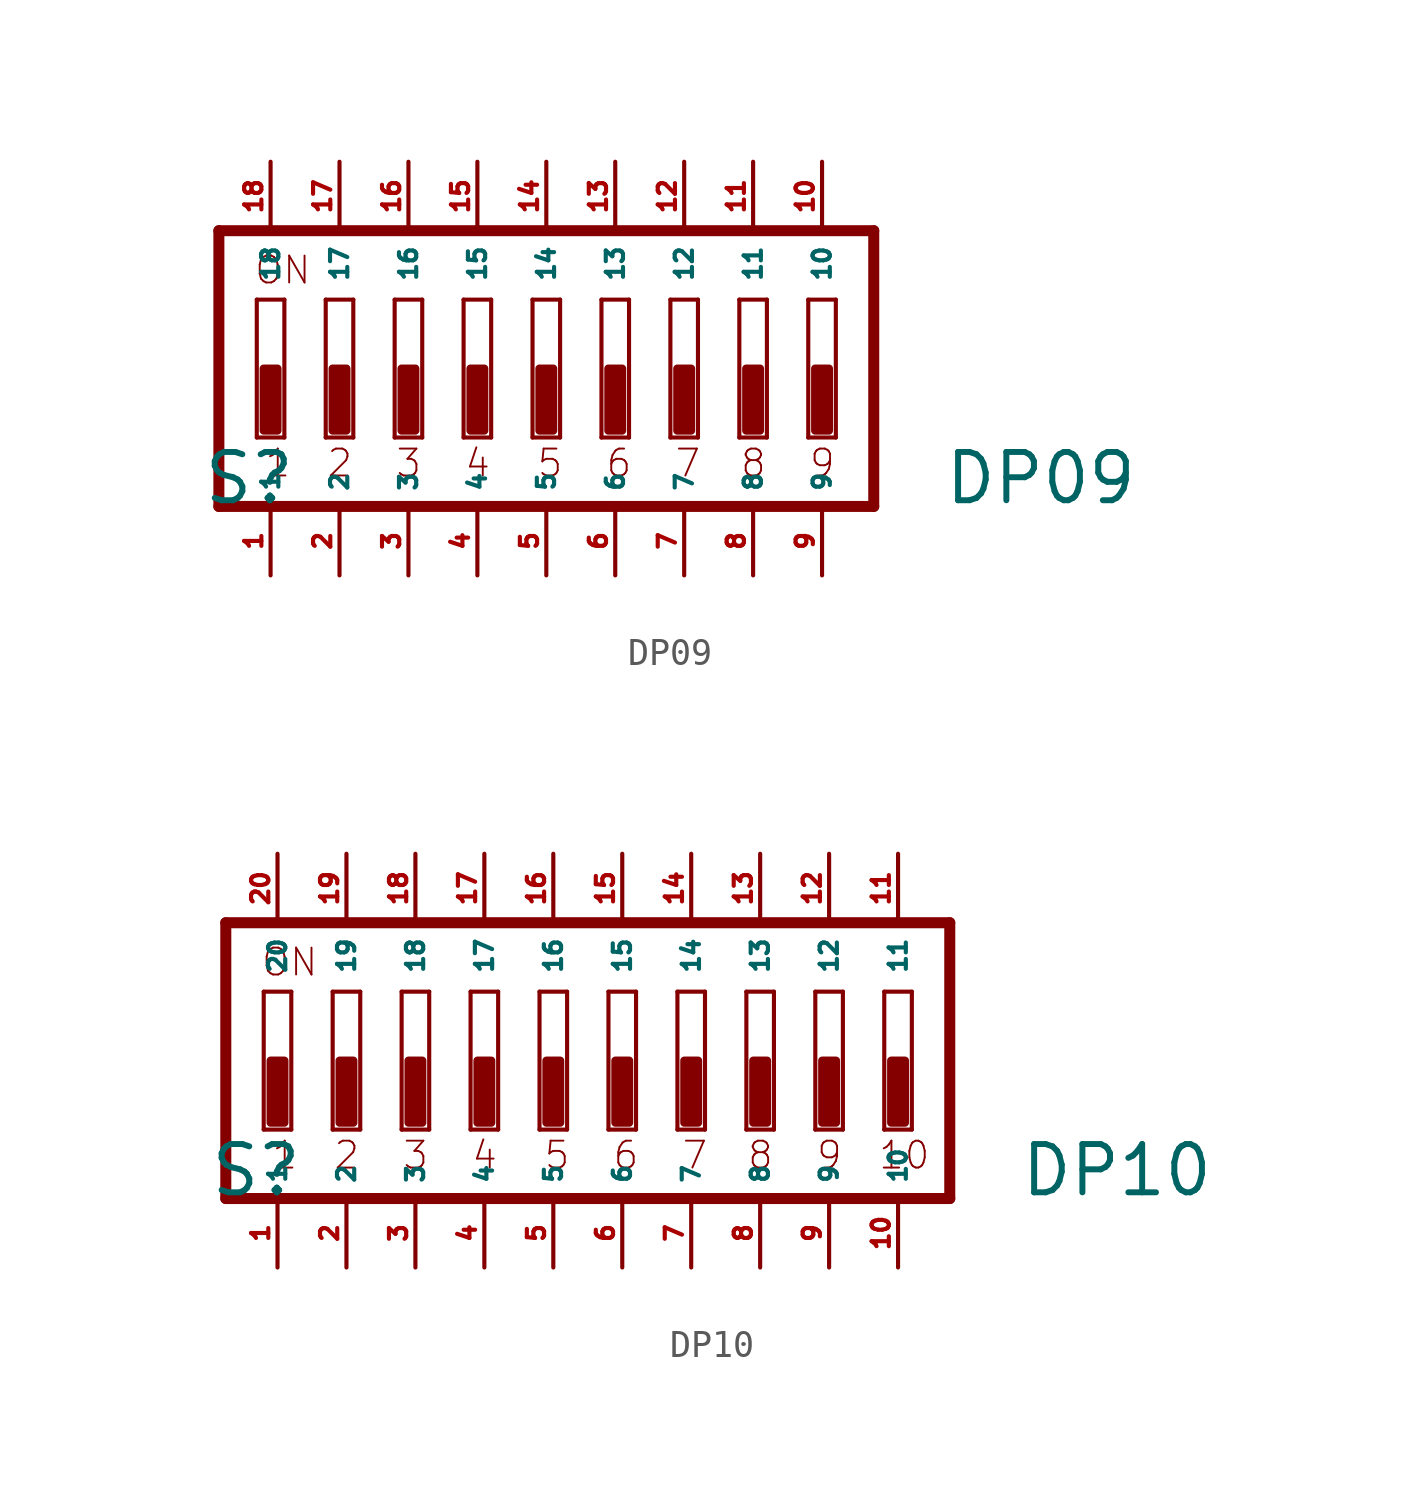
<source format=kicad_sym>
(kicad_symbol_lib
  (version 20220914)
  (generator Eagle2Kicad)
  (symbol "DP09"
    (property "Reference" "S"
      (at -12.7 -5.08 0)
      (effects (font (size 1.778 1.778) (thickness 0.22)) (justify left bottom)))
    (property "Value" "DP09"
      (at 14.605 -5.08 0)
      (effects (font (size 1.778 1.778) (thickness 0.22)) (justify left bottom)))
    (polyline
      (pts (xy 12.065 5.08) (xy -12.065 5.08))
      (stroke (width 0.406) (type default))
      (fill (type none)))
    (polyline
      (pts (xy -12.065 5.08) (xy -12.065 -5.08))
      (stroke (width 0.406) (type default))
      (fill (type none)))
    (polyline
      (pts (xy -12.065 -5.08) (xy 12.065 -5.08))
      (stroke (width 0.406) (type default))
      (fill (type none)))
    (polyline
      (pts (xy 12.065 -5.08) (xy 12.065 5.08))
      (stroke (width 0.406) (type default))
      (fill (type none)))
    (polyline
      (pts (xy -9.652 -2.54) (xy -10.668 -2.54))
      (stroke (width 0.152) (type default))
      (fill (type none)))
    (polyline
      (pts (xy -10.668 2.54) (xy -9.652 2.54))
      (stroke (width 0.152) (type default))
      (fill (type none)))
    (polyline
      (pts (xy -9.652 2.54) (xy -9.652 -2.54))
      (stroke (width 0.152) (type default))
      (fill (type none)))
    (polyline
      (pts (xy -10.668 -2.54) (xy -10.668 2.54))
      (stroke (width 0.152) (type default))
      (fill (type none)))
    (polyline
      (pts (xy -7.112 -2.54) (xy -8.128 -2.54))
      (stroke (width 0.152) (type default))
      (fill (type none)))
    (polyline
      (pts (xy -8.128 2.54) (xy -7.112 2.54))
      (stroke (width 0.152) (type default))
      (fill (type none)))
    (polyline
      (pts (xy -7.112 2.54) (xy -7.112 -2.54))
      (stroke (width 0.152) (type default))
      (fill (type none)))
    (polyline
      (pts (xy -8.128 -2.54) (xy -8.128 2.54))
      (stroke (width 0.152) (type default))
      (fill (type none)))
    (polyline
      (pts (xy -4.572 -2.54) (xy -5.588 -2.54))
      (stroke (width 0.152) (type default))
      (fill (type none)))
    (polyline
      (pts (xy -5.588 2.54) (xy -4.572 2.54))
      (stroke (width 0.152) (type default))
      (fill (type none)))
    (polyline
      (pts (xy -4.572 2.54) (xy -4.572 -2.54))
      (stroke (width 0.152) (type default))
      (fill (type none)))
    (polyline
      (pts (xy -5.588 -2.54) (xy -5.588 2.54))
      (stroke (width 0.152) (type default))
      (fill (type none)))
    (polyline
      (pts (xy -2.032 -2.54) (xy -3.048 -2.54))
      (stroke (width 0.152) (type default))
      (fill (type none)))
    (polyline
      (pts (xy -3.048 2.54) (xy -2.032 2.54))
      (stroke (width 0.152) (type default))
      (fill (type none)))
    (polyline
      (pts (xy -2.032 2.54) (xy -2.032 -2.54))
      (stroke (width 0.152) (type default))
      (fill (type none)))
    (polyline
      (pts (xy -3.048 -2.54) (xy -3.048 2.54))
      (stroke (width 0.152) (type default))
      (fill (type none)))
    (polyline
      (pts (xy 0.508 -2.54) (xy -0.508 -2.54))
      (stroke (width 0.152) (type default))
      (fill (type none)))
    (polyline
      (pts (xy -0.508 2.54) (xy 0.508 2.54))
      (stroke (width 0.152) (type default))
      (fill (type none)))
    (polyline
      (pts (xy 0.508 2.54) (xy 0.508 -2.54))
      (stroke (width 0.152) (type default))
      (fill (type none)))
    (polyline
      (pts (xy -0.508 -2.54) (xy -0.508 2.54))
      (stroke (width 0.152) (type default))
      (fill (type none)))
    (polyline
      (pts (xy 3.048 -2.54) (xy 2.032 -2.54))
      (stroke (width 0.152) (type default))
      (fill (type none)))
    (polyline
      (pts (xy 2.032 2.54) (xy 3.048 2.54))
      (stroke (width 0.152) (type default))
      (fill (type none)))
    (polyline
      (pts (xy 3.048 2.54) (xy 3.048 -2.54))
      (stroke (width 0.152) (type default))
      (fill (type none)))
    (polyline
      (pts (xy 2.032 -2.54) (xy 2.032 2.54))
      (stroke (width 0.152) (type default))
      (fill (type none)))
    (polyline
      (pts (xy 5.588 -2.54) (xy 4.572 -2.54))
      (stroke (width 0.152) (type default))
      (fill (type none)))
    (polyline
      (pts (xy 4.572 2.54) (xy 5.588 2.54))
      (stroke (width 0.152) (type default))
      (fill (type none)))
    (polyline
      (pts (xy 5.588 2.54) (xy 5.588 -2.54))
      (stroke (width 0.152) (type default))
      (fill (type none)))
    (polyline
      (pts (xy 4.572 -2.54) (xy 4.572 2.54))
      (stroke (width 0.152) (type default))
      (fill (type none)))
    (polyline
      (pts (xy 8.128 -2.54) (xy 7.112 -2.54))
      (stroke (width 0.152) (type default))
      (fill (type none)))
    (polyline
      (pts (xy 7.112 2.54) (xy 8.128 2.54))
      (stroke (width 0.152) (type default))
      (fill (type none)))
    (polyline
      (pts (xy 8.128 2.54) (xy 8.128 -2.54))
      (stroke (width 0.152) (type default))
      (fill (type none)))
    (polyline
      (pts (xy 7.112 -2.54) (xy 7.112 2.54))
      (stroke (width 0.152) (type default))
      (fill (type none)))
    (polyline
      (pts (xy 10.668 -2.54) (xy 9.652 -2.54))
      (stroke (width 0.152) (type default))
      (fill (type none)))
    (polyline
      (pts (xy 9.652 2.54) (xy 10.668 2.54))
      (stroke (width 0.152) (type default))
      (fill (type none)))
    (polyline
      (pts (xy 10.668 2.54) (xy 10.668 -2.54))
      (stroke (width 0.152) (type default))
      (fill (type none)))
    (polyline
      (pts (xy 9.652 -2.54) (xy 9.652 2.54))
      (stroke (width 0.152) (type default))
      (fill (type none)))
    (text "1"
      (at -10.414 -4.064 0)
      (effects (font (size 0.991 0.991) (thickness 0.07)) (justify left bottom)))
    (text "2"
      (at -8.128 -4.064 0)
      (effects (font (size 0.991 0.991) (thickness 0.07)) (justify left bottom)))
    (text "3"
      (at -5.588 -4.064 0)
      (effects (font (size 0.991 0.991) (thickness 0.07)) (justify left bottom)))
    (text "4"
      (at -3.048 -4.064 0)
      (effects (font (size 0.991 0.991) (thickness 0.07)) (justify left bottom)))
    (text "5"
      (at -0.381 -4.064 0)
      (effects (font (size 0.991 0.991) (thickness 0.07)) (justify left bottom)))
    (text "6"
      (at 2.159 -4.064 0)
      (effects (font (size 0.991 0.991) (thickness 0.07)) (justify left bottom)))
    (text "7"
      (at 4.699 -4.064 0)
      (effects (font (size 0.991 0.991) (thickness 0.07)) (justify left bottom)))
    (text "8"
      (at 7.112 -4.064 0)
      (effects (font (size 0.991 0.991) (thickness 0.07)) (justify left bottom)))
    (text "9"
      (at 9.652 -4.064 0)
      (effects (font (size 0.991 0.991) (thickness 0.07)) (justify left bottom)))
    (text "ON"
      (at -10.795 3.048 0)
      (effects (font (size 0.991 0.991) (thickness 0.07)) (justify left bottom)))
    (rectangle
      (start -10.414 -2.286)
      (end -9.906 0)
      (stroke (width 0.3) (type default))
      (fill (type outline)))
    (rectangle
      (start -7.874 -2.286)
      (end -7.366 0)
      (stroke (width 0.3) (type default))
      (fill (type outline)))
    (rectangle
      (start -5.334 -2.286)
      (end -4.826 0)
      (stroke (width 0.3) (type default))
      (fill (type outline)))
    (rectangle
      (start -2.794 -2.286)
      (end -2.286 0)
      (stroke (width 0.3) (type default))
      (fill (type outline)))
    (rectangle
      (start -0.254 -2.286)
      (end 0.254 0)
      (stroke (width 0.3) (type default))
      (fill (type outline)))
    (rectangle
      (start 2.286 -2.286)
      (end 2.794 0)
      (stroke (width 0.3) (type default))
      (fill (type outline)))
    (rectangle
      (start 4.826 -2.286)
      (end 5.334 0)
      (stroke (width 0.3) (type default))
      (fill (type outline)))
    (rectangle
      (start 7.366 -2.286)
      (end 7.874 0)
      (stroke (width 0.3) (type default))
      (fill (type outline)))
    (rectangle
      (start 9.906 -2.286)
      (end 10.414 0)
      (stroke (width 0.3) (type default))
      (fill (type outline)))
    (pin passive line
      (at 10.16 7.62 270)
      (length 2.54)
      (name "10" (effects (font (size 0.635 0.635) (thickness 0.08)) (justify left bottom)))
      (number "10" (effects (font (size 0.635 0.635) (thickness 0.08)) (justify left bottom))))
    (pin passive line
      (at 7.62 7.62 270)
      (length 2.54)
      (name "11" (effects (font (size 0.635 0.635) (thickness 0.08)) (justify left bottom)))
      (number "11" (effects (font (size 0.635 0.635) (thickness 0.08)) (justify left bottom))))
    (pin passive line
      (at 5.08 7.62 270)
      (length 2.54)
      (name "12" (effects (font (size 0.635 0.635) (thickness 0.08)) (justify left bottom)))
      (number "12" (effects (font (size 0.635 0.635) (thickness 0.08)) (justify left bottom))))
    (pin passive line
      (at 2.54 7.62 270)
      (length 2.54)
      (name "13" (effects (font (size 0.635 0.635) (thickness 0.08)) (justify left bottom)))
      (number "13" (effects (font (size 0.635 0.635) (thickness 0.08)) (justify left bottom))))
    (pin passive line
      (at 0 7.62 270)
      (length 2.54)
      (name "14" (effects (font (size 0.635 0.635) (thickness 0.08)) (justify left bottom)))
      (number "14" (effects (font (size 0.635 0.635) (thickness 0.08)) (justify left bottom))))
    (pin passive line
      (at -2.54 7.62 270)
      (length 2.54)
      (name "15" (effects (font (size 0.635 0.635) (thickness 0.08)) (justify left bottom)))
      (number "15" (effects (font (size 0.635 0.635) (thickness 0.08)) (justify left bottom))))
    (pin passive line
      (at -5.08 7.62 270)
      (length 2.54)
      (name "16" (effects (font (size 0.635 0.635) (thickness 0.08)) (justify left bottom)))
      (number "16" (effects (font (size 0.635 0.635) (thickness 0.08)) (justify left bottom))))
    (pin passive line
      (at -7.62 7.62 270)
      (length 2.54)
      (name "17" (effects (font (size 0.635 0.635) (thickness 0.08)) (justify left bottom)))
      (number "17" (effects (font (size 0.635 0.635) (thickness 0.08)) (justify left bottom))))
    (pin passive line
      (at -10.16 7.62 270)
      (length 2.54)
      (name "18" (effects (font (size 0.635 0.635) (thickness 0.08)) (justify left bottom)))
      (number "18" (effects (font (size 0.635 0.635) (thickness 0.08)) (justify left bottom))))
    (pin passive line
      (at -10.16 -7.62 90)
      (length 2.54)
      (name "1" (effects (font (size 0.635 0.635) (thickness 0.08)) (justify left bottom)))
      (number "1" (effects (font (size 0.635 0.635) (thickness 0.08)) (justify left bottom))))
    (pin passive line
      (at -7.62 -7.62 90)
      (length 2.54)
      (name "2" (effects (font (size 0.635 0.635) (thickness 0.08)) (justify left bottom)))
      (number "2" (effects (font (size 0.635 0.635) (thickness 0.08)) (justify left bottom))))
    (pin passive line
      (at -5.08 -7.62 90)
      (length 2.54)
      (name "3" (effects (font (size 0.635 0.635) (thickness 0.08)) (justify left bottom)))
      (number "3" (effects (font (size 0.635 0.635) (thickness 0.08)) (justify left bottom))))
    (pin passive line
      (at -2.54 -7.62 90)
      (length 2.54)
      (name "4" (effects (font (size 0.635 0.635) (thickness 0.08)) (justify left bottom)))
      (number "4" (effects (font (size 0.635 0.635) (thickness 0.08)) (justify left bottom))))
    (pin passive line
      (at 0 -7.62 90)
      (length 2.54)
      (name "5" (effects (font (size 0.635 0.635) (thickness 0.08)) (justify left bottom)))
      (number "5" (effects (font (size 0.635 0.635) (thickness 0.08)) (justify left bottom))))
    (pin passive line
      (at 2.54 -7.62 90)
      (length 2.54)
      (name "6" (effects (font (size 0.635 0.635) (thickness 0.08)) (justify left bottom)))
      (number "6" (effects (font (size 0.635 0.635) (thickness 0.08)) (justify left bottom))))
    (pin passive line
      (at 5.08 -7.62 90)
      (length 2.54)
      (name "7" (effects (font (size 0.635 0.635) (thickness 0.08)) (justify left bottom)))
      (number "7" (effects (font (size 0.635 0.635) (thickness 0.08)) (justify left bottom))))
    (pin passive line
      (at 7.62 -7.62 90)
      (length 2.54)
      (name "8" (effects (font (size 0.635 0.635) (thickness 0.08)) (justify left bottom)))
      (number "8" (effects (font (size 0.635 0.635) (thickness 0.08)) (justify left bottom))))
    (pin passive line
      (at 10.16 -7.62 90)
      (length 2.54)
      (name "9" (effects (font (size 0.635 0.635) (thickness 0.08)) (justify left bottom)))
      (number "9" (effects (font (size 0.635 0.635) (thickness 0.08)) (justify left bottom)))))
  (symbol "DP10"
    (property "Reference" "S"
      (at -15.24 -5.08 0)
      (effects (font (size 1.778 1.778) (thickness 0.22)) (justify left bottom)))
    (property "Value" "DP10"
      (at 14.605 -5.08 0)
      (effects (font (size 1.778 1.778) (thickness 0.22)) (justify left bottom)))
    (polyline
      (pts (xy 12.065 5.08) (xy -14.605 5.08))
      (stroke (width 0.406) (type default))
      (fill (type none)))
    (polyline
      (pts (xy -14.605 5.08) (xy -14.605 -5.08))
      (stroke (width 0.406) (type default))
      (fill (type none)))
    (polyline
      (pts (xy -14.605 -5.08) (xy 12.065 -5.08))
      (stroke (width 0.406) (type default))
      (fill (type none)))
    (polyline
      (pts (xy 12.065 -5.08) (xy 12.065 5.08))
      (stroke (width 0.406) (type default))
      (fill (type none)))
    (polyline
      (pts (xy -12.192 -2.54) (xy -13.208 -2.54))
      (stroke (width 0.152) (type default))
      (fill (type none)))
    (polyline
      (pts (xy -13.208 2.54) (xy -12.192 2.54))
      (stroke (width 0.152) (type default))
      (fill (type none)))
    (polyline
      (pts (xy -12.192 2.54) (xy -12.192 -2.54))
      (stroke (width 0.152) (type default))
      (fill (type none)))
    (polyline
      (pts (xy -13.208 -2.54) (xy -13.208 2.54))
      (stroke (width 0.152) (type default))
      (fill (type none)))
    (polyline
      (pts (xy -9.652 -2.54) (xy -10.668 -2.54))
      (stroke (width 0.152) (type default))
      (fill (type none)))
    (polyline
      (pts (xy -10.668 2.54) (xy -9.652 2.54))
      (stroke (width 0.152) (type default))
      (fill (type none)))
    (polyline
      (pts (xy -9.652 2.54) (xy -9.652 -2.54))
      (stroke (width 0.152) (type default))
      (fill (type none)))
    (polyline
      (pts (xy -10.668 -2.54) (xy -10.668 2.54))
      (stroke (width 0.152) (type default))
      (fill (type none)))
    (polyline
      (pts (xy -7.112 -2.54) (xy -8.128 -2.54))
      (stroke (width 0.152) (type default))
      (fill (type none)))
    (polyline
      (pts (xy -8.128 2.54) (xy -7.112 2.54))
      (stroke (width 0.152) (type default))
      (fill (type none)))
    (polyline
      (pts (xy -7.112 2.54) (xy -7.112 -2.54))
      (stroke (width 0.152) (type default))
      (fill (type none)))
    (polyline
      (pts (xy -8.128 -2.54) (xy -8.128 2.54))
      (stroke (width 0.152) (type default))
      (fill (type none)))
    (polyline
      (pts (xy -4.572 -2.54) (xy -5.588 -2.54))
      (stroke (width 0.152) (type default))
      (fill (type none)))
    (polyline
      (pts (xy -5.588 2.54) (xy -4.572 2.54))
      (stroke (width 0.152) (type default))
      (fill (type none)))
    (polyline
      (pts (xy -4.572 2.54) (xy -4.572 -2.54))
      (stroke (width 0.152) (type default))
      (fill (type none)))
    (polyline
      (pts (xy -5.588 -2.54) (xy -5.588 2.54))
      (stroke (width 0.152) (type default))
      (fill (type none)))
    (polyline
      (pts (xy -2.032 -2.54) (xy -3.048 -2.54))
      (stroke (width 0.152) (type default))
      (fill (type none)))
    (polyline
      (pts (xy -3.048 2.54) (xy -2.032 2.54))
      (stroke (width 0.152) (type default))
      (fill (type none)))
    (polyline
      (pts (xy -2.032 2.54) (xy -2.032 -2.54))
      (stroke (width 0.152) (type default))
      (fill (type none)))
    (polyline
      (pts (xy -3.048 -2.54) (xy -3.048 2.54))
      (stroke (width 0.152) (type default))
      (fill (type none)))
    (polyline
      (pts (xy 0.508 -2.54) (xy -0.508 -2.54))
      (stroke (width 0.152) (type default))
      (fill (type none)))
    (polyline
      (pts (xy -0.508 2.54) (xy 0.508 2.54))
      (stroke (width 0.152) (type default))
      (fill (type none)))
    (polyline
      (pts (xy 0.508 2.54) (xy 0.508 -2.54))
      (stroke (width 0.152) (type default))
      (fill (type none)))
    (polyline
      (pts (xy -0.508 -2.54) (xy -0.508 2.54))
      (stroke (width 0.152) (type default))
      (fill (type none)))
    (polyline
      (pts (xy 3.048 -2.54) (xy 2.032 -2.54))
      (stroke (width 0.152) (type default))
      (fill (type none)))
    (polyline
      (pts (xy 2.032 2.54) (xy 3.048 2.54))
      (stroke (width 0.152) (type default))
      (fill (type none)))
    (polyline
      (pts (xy 3.048 2.54) (xy 3.048 -2.54))
      (stroke (width 0.152) (type default))
      (fill (type none)))
    (polyline
      (pts (xy 2.032 -2.54) (xy 2.032 2.54))
      (stroke (width 0.152) (type default))
      (fill (type none)))
    (polyline
      (pts (xy 5.588 -2.54) (xy 4.572 -2.54))
      (stroke (width 0.152) (type default))
      (fill (type none)))
    (polyline
      (pts (xy 4.572 2.54) (xy 5.588 2.54))
      (stroke (width 0.152) (type default))
      (fill (type none)))
    (polyline
      (pts (xy 5.588 2.54) (xy 5.588 -2.54))
      (stroke (width 0.152) (type default))
      (fill (type none)))
    (polyline
      (pts (xy 4.572 -2.54) (xy 4.572 2.54))
      (stroke (width 0.152) (type default))
      (fill (type none)))
    (polyline
      (pts (xy 8.128 -2.54) (xy 7.112 -2.54))
      (stroke (width 0.152) (type default))
      (fill (type none)))
    (polyline
      (pts (xy 7.112 2.54) (xy 8.128 2.54))
      (stroke (width 0.152) (type default))
      (fill (type none)))
    (polyline
      (pts (xy 8.128 2.54) (xy 8.128 -2.54))
      (stroke (width 0.152) (type default))
      (fill (type none)))
    (polyline
      (pts (xy 7.112 -2.54) (xy 7.112 2.54))
      (stroke (width 0.152) (type default))
      (fill (type none)))
    (polyline
      (pts (xy 10.668 -2.54) (xy 9.652 -2.54))
      (stroke (width 0.152) (type default))
      (fill (type none)))
    (polyline
      (pts (xy 9.652 2.54) (xy 10.668 2.54))
      (stroke (width 0.152) (type default))
      (fill (type none)))
    (polyline
      (pts (xy 10.668 2.54) (xy 10.668 -2.54))
      (stroke (width 0.152) (type default))
      (fill (type none)))
    (polyline
      (pts (xy 9.652 -2.54) (xy 9.652 2.54))
      (stroke (width 0.152) (type default))
      (fill (type none)))
    (text "1"
      (at -12.954 -4.064 0)
      (effects (font (size 0.991 0.991) (thickness 0.07)) (justify left bottom)))
    (text "2"
      (at -10.668 -4.064 0)
      (effects (font (size 0.991 0.991) (thickness 0.07)) (justify left bottom)))
    (text "3"
      (at -8.128 -4.064 0)
      (effects (font (size 0.991 0.991) (thickness 0.07)) (justify left bottom)))
    (text "4"
      (at -5.588 -4.064 0)
      (effects (font (size 0.991 0.991) (thickness 0.07)) (justify left bottom)))
    (text "5"
      (at -2.921 -4.064 0)
      (effects (font (size 0.991 0.991) (thickness 0.07)) (justify left bottom)))
    (text "6"
      (at -0.381 -4.064 0)
      (effects (font (size 0.991 0.991) (thickness 0.07)) (justify left bottom)))
    (text "7"
      (at 2.159 -4.064 0)
      (effects (font (size 0.991 0.991) (thickness 0.07)) (justify left bottom)))
    (text "8"
      (at 4.572 -4.064 0)
      (effects (font (size 0.991 0.991) (thickness 0.07)) (justify left bottom)))
    (text "9"
      (at 7.112 -4.064 0)
      (effects (font (size 0.991 0.991) (thickness 0.07)) (justify left bottom)))
    (text "ON"
      (at -13.335 3.048 0)
      (effects (font (size 0.991 0.991) (thickness 0.07)) (justify left bottom)))
    (text "10"
      (at 9.398 -4.064 0)
      (effects (font (size 0.991 0.991) (thickness 0.07)) (justify left bottom)))
    (rectangle
      (start -12.954 -2.286)
      (end -12.446 0)
      (stroke (width 0.3) (type default))
      (fill (type outline)))
    (rectangle
      (start -10.414 -2.286)
      (end -9.906 0)
      (stroke (width 0.3) (type default))
      (fill (type outline)))
    (rectangle
      (start -7.874 -2.286)
      (end -7.366 0)
      (stroke (width 0.3) (type default))
      (fill (type outline)))
    (rectangle
      (start -5.334 -2.286)
      (end -4.826 0)
      (stroke (width 0.3) (type default))
      (fill (type outline)))
    (rectangle
      (start -2.794 -2.286)
      (end -2.286 0)
      (stroke (width 0.3) (type default))
      (fill (type outline)))
    (rectangle
      (start -0.254 -2.286)
      (end 0.254 0)
      (stroke (width 0.3) (type default))
      (fill (type outline)))
    (rectangle
      (start 2.286 -2.286)
      (end 2.794 0)
      (stroke (width 0.3) (type default))
      (fill (type outline)))
    (rectangle
      (start 4.826 -2.286)
      (end 5.334 0)
      (stroke (width 0.3) (type default))
      (fill (type outline)))
    (rectangle
      (start 7.366 -2.286)
      (end 7.874 0)
      (stroke (width 0.3) (type default))
      (fill (type outline)))
    (rectangle
      (start 9.906 -2.286)
      (end 10.414 0)
      (stroke (width 0.3) (type default))
      (fill (type outline)))
    (pin passive line
      (at 7.62 7.62 270)
      (length 2.54)
      (name "12" (effects (font (size 0.635 0.635) (thickness 0.08)) (justify left bottom)))
      (number "12" (effects (font (size 0.635 0.635) (thickness 0.08)) (justify left bottom))))
    (pin passive line
      (at 5.08 7.62 270)
      (length 2.54)
      (name "13" (effects (font (size 0.635 0.635) (thickness 0.08)) (justify left bottom)))
      (number "13" (effects (font (size 0.635 0.635) (thickness 0.08)) (justify left bottom))))
    (pin passive line
      (at 2.54 7.62 270)
      (length 2.54)
      (name "14" (effects (font (size 0.635 0.635) (thickness 0.08)) (justify left bottom)))
      (number "14" (effects (font (size 0.635 0.635) (thickness 0.08)) (justify left bottom))))
    (pin passive line
      (at 0 7.62 270)
      (length 2.54)
      (name "15" (effects (font (size 0.635 0.635) (thickness 0.08)) (justify left bottom)))
      (number "15" (effects (font (size 0.635 0.635) (thickness 0.08)) (justify left bottom))))
    (pin passive line
      (at -2.54 7.62 270)
      (length 2.54)
      (name "16" (effects (font (size 0.635 0.635) (thickness 0.08)) (justify left bottom)))
      (number "16" (effects (font (size 0.635 0.635) (thickness 0.08)) (justify left bottom))))
    (pin passive line
      (at -5.08 7.62 270)
      (length 2.54)
      (name "17" (effects (font (size 0.635 0.635) (thickness 0.08)) (justify left bottom)))
      (number "17" (effects (font (size 0.635 0.635) (thickness 0.08)) (justify left bottom))))
    (pin passive line
      (at -7.62 7.62 270)
      (length 2.54)
      (name "18" (effects (font (size 0.635 0.635) (thickness 0.08)) (justify left bottom)))
      (number "18" (effects (font (size 0.635 0.635) (thickness 0.08)) (justify left bottom))))
    (pin passive line
      (at -10.16 7.62 270)
      (length 2.54)
      (name "19" (effects (font (size 0.635 0.635) (thickness 0.08)) (justify left bottom)))
      (number "19" (effects (font (size 0.635 0.635) (thickness 0.08)) (justify left bottom))))
    (pin passive line
      (at -12.7 7.62 270)
      (length 2.54)
      (name "20" (effects (font (size 0.635 0.635) (thickness 0.08)) (justify left bottom)))
      (number "20" (effects (font (size 0.635 0.635) (thickness 0.08)) (justify left bottom))))
    (pin passive line
      (at -12.7 -7.62 90)
      (length 2.54)
      (name "1" (effects (font (size 0.635 0.635) (thickness 0.08)) (justify left bottom)))
      (number "1" (effects (font (size 0.635 0.635) (thickness 0.08)) (justify left bottom))))
    (pin passive line
      (at -10.16 -7.62 90)
      (length 2.54)
      (name "2" (effects (font (size 0.635 0.635) (thickness 0.08)) (justify left bottom)))
      (number "2" (effects (font (size 0.635 0.635) (thickness 0.08)) (justify left bottom))))
    (pin passive line
      (at -7.62 -7.62 90)
      (length 2.54)
      (name "3" (effects (font (size 0.635 0.635) (thickness 0.08)) (justify left bottom)))
      (number "3" (effects (font (size 0.635 0.635) (thickness 0.08)) (justify left bottom))))
    (pin passive line
      (at -5.08 -7.62 90)
      (length 2.54)
      (name "4" (effects (font (size 0.635 0.635) (thickness 0.08)) (justify left bottom)))
      (number "4" (effects (font (size 0.635 0.635) (thickness 0.08)) (justify left bottom))))
    (pin passive line
      (at -2.54 -7.62 90)
      (length 2.54)
      (name "5" (effects (font (size 0.635 0.635) (thickness 0.08)) (justify left bottom)))
      (number "5" (effects (font (size 0.635 0.635) (thickness 0.08)) (justify left bottom))))
    (pin passive line
      (at 0 -7.62 90)
      (length 2.54)
      (name "6" (effects (font (size 0.635 0.635) (thickness 0.08)) (justify left bottom)))
      (number "6" (effects (font (size 0.635 0.635) (thickness 0.08)) (justify left bottom))))
    (pin passive line
      (at 2.54 -7.62 90)
      (length 2.54)
      (name "7" (effects (font (size 0.635 0.635) (thickness 0.08)) (justify left bottom)))
      (number "7" (effects (font (size 0.635 0.635) (thickness 0.08)) (justify left bottom))))
    (pin passive line
      (at 5.08 -7.62 90)
      (length 2.54)
      (name "8" (effects (font (size 0.635 0.635) (thickness 0.08)) (justify left bottom)))
      (number "8" (effects (font (size 0.635 0.635) (thickness 0.08)) (justify left bottom))))
    (pin passive line
      (at 7.62 -7.62 90)
      (length 2.54)
      (name "9" (effects (font (size 0.635 0.635) (thickness 0.08)) (justify left bottom)))
      (number "9" (effects (font (size 0.635 0.635) (thickness 0.08)) (justify left bottom))))
    (pin passive line
      (at 10.16 -7.62 90)
      (length 2.54)
      (name "10" (effects (font (size 0.635 0.635) (thickness 0.08)) (justify left bottom)))
      (number "10" (effects (font (size 0.635 0.635) (thickness 0.08)) (justify left bottom))))
    (pin passive line
      (at 10.16 7.62 270)
      (length 2.54)
      (name "11" (effects (font (size 0.635 0.635) (thickness 0.08)) (justify left bottom)))
      (number "11" (effects (font (size 0.635 0.635) (thickness 0.08)) (justify left bottom))))))
</source>
